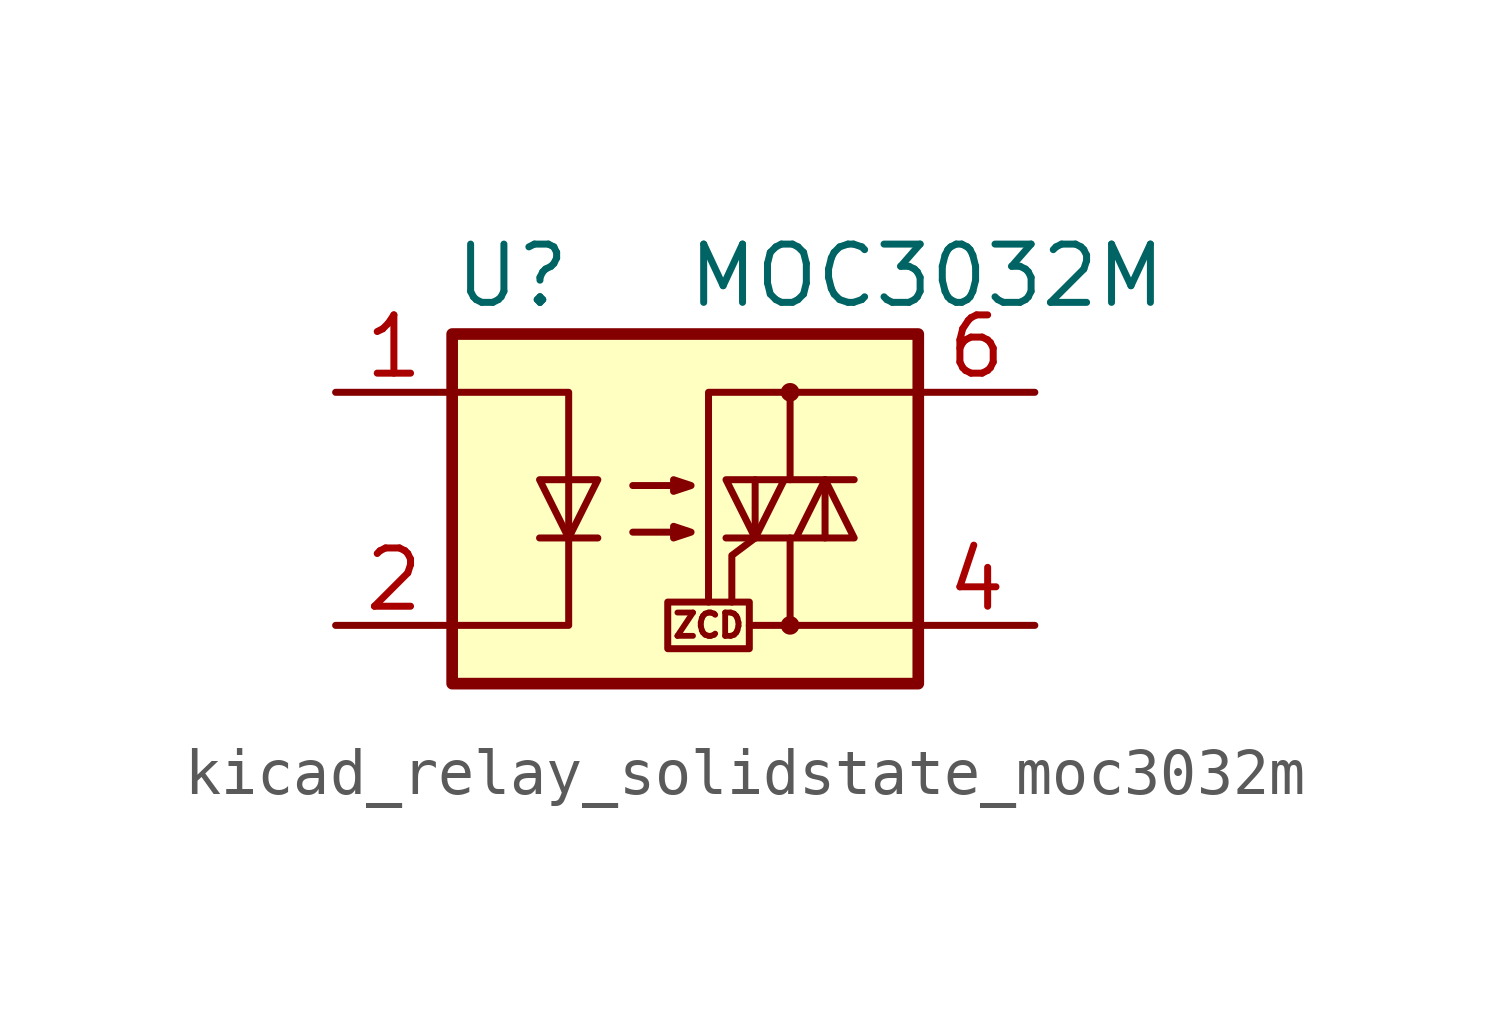
<source format=kicad_sym>
(kicad_symbol_lib
  (version 20220914)
  (generator kicad_symbol_editor)
  (symbol "kicad_relay_solidstate_moc3032m"
    (property "Reference" "U"
      (at -5.08 5.08 0)
      (effects (font (size 1.27 1.27)) (justify left)))
    (property "Value" "MOC3032M"
      (at 0 5.08 0)
      (effects (font (size 1.27 1.27)) (justify left)))
    (symbol "kicad_relay_solidstate_moc3032m_0_0"
      (rectangle (start -0.381 -2.032) (end 1.397 -3.048) (stroke (width 0) (type default)) (fill (type none)))
      (polyline (pts (xy 2.286 -2.54) (xy 1.397 -2.54)) (stroke (width 0) (type default)) (fill (type none)))
      (polyline (pts (xy 1.524 -0.635) (xy 1.016 -1.016) (xy 1.016 -2.032)) (stroke (width 0) (type default)) (fill (type none)))
      (text "ZCD" (at 0.508 -2.54 0) (effects (font (size 0.508 0.508)))))
    (symbol "kicad_relay_solidstate_moc3032m_0_1"
      (rectangle (start -5.08 3.81) (end 5.08 -3.81) (stroke (width 0.254) (type default)) (fill (type background)))
      (polyline (pts (xy -3.175 -0.635) (xy -1.905 -0.635)) (stroke (width 0) (type default)) (fill (type none)))
      (polyline (pts (xy 1.524 -0.635) (xy 1.524 0.635)) (stroke (width 0) (type default)) (fill (type none)))
      (polyline (pts (xy 3.048 0.635) (xy 3.048 -0.635)) (stroke (width 0) (type default)) (fill (type none)))
      (polyline (pts (xy 2.286 -0.635) (xy 2.286 -2.54) (xy 5.08 -2.54)) (stroke (width 0) (type default)) (fill (type none)))
      (polyline (pts (xy 2.286 0.635) (xy 2.286 2.54) (xy 5.08 2.54)) (stroke (width 0) (type default)) (fill (type none)))
      (polyline (pts (xy 2.286 2.54) (xy 0.508 2.54) (xy 0.508 -2.032)) (stroke (width 0) (type default)) (fill (type none)))
      (polyline (pts (xy -5.08 2.54) (xy -2.54 2.54) (xy -2.54 -2.54) (xy -5.08 -2.54)) (stroke (width 0) (type default)) (fill (type none)))
      (polyline (pts (xy -2.54 -0.635) (xy -3.175 0.635) (xy -1.905 0.635) (xy -2.54 -0.635)) (stroke (width 0) (type default)) (fill (type none)))
      (polyline (pts (xy 0.889 -0.635) (xy 3.683 -0.635) (xy 3.048 0.635) (xy 2.413 -0.635)) (stroke (width 0) (type default)) (fill (type none)))
      (polyline (pts (xy 3.683 0.635) (xy 0.889 0.635) (xy 1.524 -0.635) (xy 2.159 0.635)) (stroke (width 0) (type default)) (fill (type none)))
      (polyline (pts (xy -1.143 -0.508) (xy 0.127 -0.508) (xy -0.254 -0.635) (xy -0.254 -0.381) (xy 0.127 -0.508)) (stroke (width 0) (type default)) (fill (type none)))
      (polyline (pts (xy -1.143 0.508) (xy 0.127 0.508) (xy -0.254 0.381) (xy -0.254 0.635) (xy 0.127 0.508)) (stroke (width 0) (type default)) (fill (type none)))
      (circle (center 2.286 -2.54) (radius 0.127) (stroke (width 0) (type default)) (fill (type none)))
      (circle (center 2.286 2.54) (radius 0.127) (stroke (width 0) (type default)) (fill (type none))))
    (symbol "kicad_relay_solidstate_moc3032m_1_1"
      (pin passive line (at -7.62 2.54 0) (length 2.54) (name "~" (effects (font (size 1.27 1.27)))) (number "1" (effects (font (size 1.27 1.27)))))
      (pin passive line (at -7.62 -2.54 0) (length 2.54) (name "~" (effects (font (size 1.27 1.27)))) (number "2" (effects (font (size 1.27 1.27)))))
      (pin no_connect line (at -5.08 0 0) (length 2.54) hide (name "NC" (effects (font (size 1.27 1.27)))) (number "3" (effects (font (size 1.27 1.27)))))
      (pin passive line (at 7.62 -2.54 180) (length 2.54) (name "~" (effects (font (size 1.27 1.27)))) (number "4" (effects (font (size 1.27 1.27)))))
      (pin no_connect line (at 5.08 0 180) (length 2.54) hide (name "NC" (effects (font (size 1.27 1.27)))) (number "5" (effects (font (size 1.27 1.27)))))
      (pin passive line (at 7.62 2.54 180) (length 2.54) (name "~" (effects (font (size 1.27 1.27)))) (number "6" (effects (font (size 1.27 1.27))))))))
</source>
